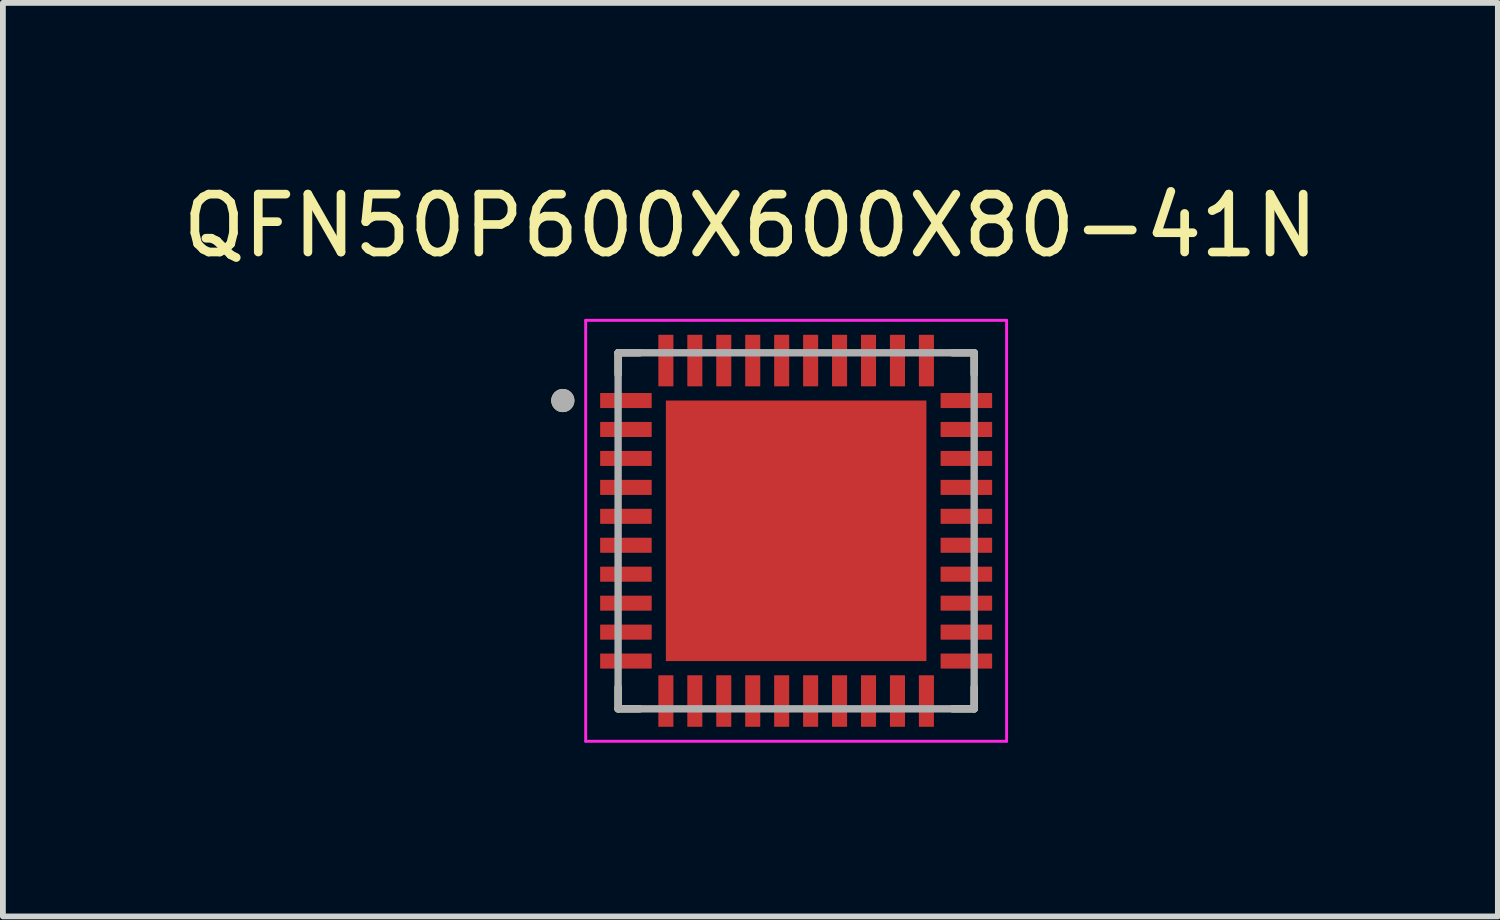
<source format=kicad_pcb>
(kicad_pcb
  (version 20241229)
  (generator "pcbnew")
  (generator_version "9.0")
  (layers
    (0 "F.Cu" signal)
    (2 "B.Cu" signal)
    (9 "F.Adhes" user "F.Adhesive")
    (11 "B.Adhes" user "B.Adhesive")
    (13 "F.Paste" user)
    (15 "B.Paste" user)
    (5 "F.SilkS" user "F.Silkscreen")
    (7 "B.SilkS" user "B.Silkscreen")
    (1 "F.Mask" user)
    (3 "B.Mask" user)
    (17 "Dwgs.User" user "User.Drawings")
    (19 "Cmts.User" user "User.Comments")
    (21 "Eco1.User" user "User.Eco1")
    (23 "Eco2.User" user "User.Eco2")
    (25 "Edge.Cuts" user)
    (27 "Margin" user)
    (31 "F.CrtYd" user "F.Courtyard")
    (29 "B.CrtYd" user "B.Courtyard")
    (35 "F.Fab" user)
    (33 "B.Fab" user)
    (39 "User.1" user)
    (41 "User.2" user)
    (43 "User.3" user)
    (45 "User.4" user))
  (footprint "QFN50P600X600X80-41N"
    (layer "F.Cu")
    (at 10.701 6.118)
    (property "Reference" "QFN50P600X600X80-41N" (at -0.79 -5.27 0) (layer "F.SilkS") (effects (font (size 1 1) (thickness 0.15))))
    (attr smd)
    (fp_line (start -3.075 -3.075) (end -3.075 -2.7) (stroke (width 0.127) (type solid)) (layer "F.SilkS"))
    (fp_line (start -3.075 -3.075) (end -2.7 -3.075) (stroke (width 0.127) (type solid)) (layer "F.SilkS"))
    (fp_line (start -3.075 3.075) (end -3.075 2.7) (stroke (width 0.127) (type solid)) (layer "F.SilkS"))
    (fp_line (start -3.075 3.075) (end -2.7 3.075) (stroke (width 0.127) (type solid)) (layer "F.SilkS"))
    (fp_line (start 3.075 -3.075) (end 2.7 -3.075) (stroke (width 0.127) (type solid)) (layer "F.SilkS"))
    (fp_line (start 3.075 -3.075) (end 3.075 -2.7) (stroke (width 0.127) (type solid)) (layer "F.SilkS"))
    (fp_line (start 3.075 3.075) (end 2.7 3.075) (stroke (width 0.127) (type solid)) (layer "F.SilkS"))
    (fp_line (start 3.075 3.075) (end 3.075 2.7) (stroke (width 0.127) (type solid)) (layer "F.SilkS"))
    (fp_circle (center -4.03 -2.25) (end -3.93 -2.25) (stroke (width 0.2) (type solid)) (fill no) (layer "F.SilkS"))
    (fp_poly (pts (xy -1.835 -1.835) (xy -0.415 -1.835) (xy -0.415 -0.415) (xy -1.835 -0.415)) (stroke (width 0.01) (type solid)) (fill yes) (layer "F.Paste"))
    (fp_poly (pts (xy -1.835 0.415) (xy -0.415 0.415) (xy -0.415 1.835) (xy -1.835 1.835)) (stroke (width 0.01) (type solid)) (fill yes) (layer "F.Paste"))
    (fp_poly (pts (xy 0.415 -1.835) (xy 1.835 -1.835) (xy 1.835 -0.415) (xy 0.415 -0.415)) (stroke (width 0.01) (type solid)) (fill yes) (layer "F.Paste"))
    (fp_poly (pts (xy 0.415 0.415) (xy 1.835 0.415) (xy 1.835 1.835) (xy 0.415 1.835)) (stroke (width 0.01) (type solid)) (fill yes) (layer "F.Paste"))
    (fp_line (start -3.635 -3.635) (end 3.635 -3.635) (stroke (width 0.05) (type solid)) (layer "F.CrtYd"))
    (fp_line (start -3.635 3.635) (end -3.635 -3.635) (stroke (width 0.05) (type solid)) (layer "F.CrtYd"))
    (fp_line (start -3.635 3.635) (end 3.635 3.635) (stroke (width 0.05) (type solid)) (layer "F.CrtYd"))
    (fp_line (start 3.635 3.635) (end 3.635 -3.635) (stroke (width 0.05) (type solid)) (layer "F.CrtYd"))
    (fp_line (start -3.075 3.075) (end -3.075 -3.075) (stroke (width 0.127) (type solid)) (layer "F.Fab"))
    (fp_line (start 3.075 -3.075) (end -3.075 -3.075) (stroke (width 0.127) (type solid)) (layer "F.Fab"))
    (fp_line (start 3.075 3.075) (end -3.075 3.075) (stroke (width 0.127) (type solid)) (layer "F.Fab"))
    (fp_line (start 3.075 3.075) (end 3.075 -3.075) (stroke (width 0.127) (type solid)) (layer "F.Fab"))
    (fp_circle (center -4.03 -2.25) (end -3.93 -2.25) (stroke (width 0.2) (type solid)) (fill no) (layer "F.Fab"))
    (pad "1" smd roundrect (at -2.94 -2.25) (size 0.89 0.26) (layers "F.Cu" "F.Mask" "F.Paste") (roundrect_rratio 0.03))
    (pad "2" smd roundrect (at -2.94 -1.75) (size 0.89 0.26) (layers "F.Cu" "F.Mask" "F.Paste") (roundrect_rratio 0.03))
    (pad "3" smd roundrect (at -2.94 -1.25) (size 0.89 0.26) (layers "F.Cu" "F.Mask" "F.Paste") (roundrect_rratio 0.03))
    (pad "4" smd roundrect (at -2.94 -0.75) (size 0.89 0.26) (layers "F.Cu" "F.Mask" "F.Paste") (roundrect_rratio 0.03))
    (pad "5" smd roundrect (at -2.94 -0.25) (size 0.89 0.26) (layers "F.Cu" "F.Mask" "F.Paste") (roundrect_rratio 0.03))
    (pad "6" smd roundrect (at -2.94 0.25) (size 0.89 0.26) (layers "F.Cu" "F.Mask" "F.Paste") (roundrect_rratio 0.03))
    (pad "7" smd roundrect (at -2.94 0.75) (size 0.89 0.26) (layers "F.Cu" "F.Mask" "F.Paste") (roundrect_rratio 0.03))
    (pad "8" smd roundrect (at -2.94 1.25) (size 0.89 0.26) (layers "F.Cu" "F.Mask" "F.Paste") (roundrect_rratio 0.03))
    (pad "9" smd roundrect (at -2.94 1.75) (size 0.89 0.26) (layers "F.Cu" "F.Mask" "F.Paste") (roundrect_rratio 0.03))
    (pad "10" smd roundrect (at -2.94 2.25) (size 0.89 0.26) (layers "F.Cu" "F.Mask" "F.Paste") (roundrect_rratio 0.03))
    (pad "11" smd roundrect (at -2.25 2.94 90) (size 0.89 0.26) (layers "F.Cu" "F.Mask" "F.Paste") (roundrect_rratio 0.03))
    (pad "12" smd roundrect (at -1.75 2.94 90) (size 0.89 0.26) (layers "F.Cu" "F.Mask" "F.Paste") (roundrect_rratio 0.03))
    (pad "13" smd roundrect (at -1.25 2.94 90) (size 0.89 0.26) (layers "F.Cu" "F.Mask" "F.Paste") (roundrect_rratio 0.03))
    (pad "14" smd roundrect (at -0.75 2.94 90) (size 0.89 0.26) (layers "F.Cu" "F.Mask" "F.Paste") (roundrect_rratio 0.03))
    (pad "15" smd roundrect (at -0.25 2.94 90) (size 0.89 0.26) (layers "F.Cu" "F.Mask" "F.Paste") (roundrect_rratio 0.03))
    (pad "16" smd roundrect (at 0.25 2.94 90) (size 0.89 0.26) (layers "F.Cu" "F.Mask" "F.Paste") (roundrect_rratio 0.03))
    (pad "17" smd roundrect (at 0.75 2.94 90) (size 0.89 0.26) (layers "F.Cu" "F.Mask" "F.Paste") (roundrect_rratio 0.03))
    (pad "18" smd roundrect (at 1.25 2.94 90) (size 0.89 0.26) (layers "F.Cu" "F.Mask" "F.Paste") (roundrect_rratio 0.03))
    (pad "19" smd roundrect (at 1.75 2.94 90) (size 0.89 0.26) (layers "F.Cu" "F.Mask" "F.Paste") (roundrect_rratio 0.03))
    (pad "20" smd roundrect (at 2.25 2.94 90) (size 0.89 0.26) (layers "F.Cu" "F.Mask" "F.Paste") (roundrect_rratio 0.03))
    (pad "21" smd roundrect (at 2.94 2.25) (size 0.89 0.26) (layers "F.Cu" "F.Mask" "F.Paste") (roundrect_rratio 0.03))
    (pad "22" smd roundrect (at 2.94 1.75) (size 0.89 0.26) (layers "F.Cu" "F.Mask" "F.Paste") (roundrect_rratio 0.03))
    (pad "23" smd roundrect (at 2.94 1.25) (size 0.89 0.26) (layers "F.Cu" "F.Mask" "F.Paste") (roundrect_rratio 0.03))
    (pad "24" smd roundrect (at 2.94 0.75) (size 0.89 0.26) (layers "F.Cu" "F.Mask" "F.Paste") (roundrect_rratio 0.03))
    (pad "25" smd roundrect (at 2.94 0.25) (size 0.89 0.26) (layers "F.Cu" "F.Mask" "F.Paste") (roundrect_rratio 0.03))
    (pad "26" smd roundrect (at 2.94 -0.25) (size 0.89 0.26) (layers "F.Cu" "F.Mask" "F.Paste") (roundrect_rratio 0.03))
    (pad "27" smd roundrect (at 2.94 -0.75) (size 0.89 0.26) (layers "F.Cu" "F.Mask" "F.Paste") (roundrect_rratio 0.03))
    (pad "28" smd roundrect (at 2.94 -1.25) (size 0.89 0.26) (layers "F.Cu" "F.Mask" "F.Paste") (roundrect_rratio 0.03))
    (pad "29" smd roundrect (at 2.94 -1.75) (size 0.89 0.26) (layers "F.Cu" "F.Mask" "F.Paste") (roundrect_rratio 0.03))
    (pad "30" smd roundrect (at 2.94 -2.25) (size 0.89 0.26) (layers "F.Cu" "F.Mask" "F.Paste") (roundrect_rratio 0.03))
    (pad "31" smd roundrect (at 2.25 -2.94 90) (size 0.89 0.26) (layers "F.Cu" "F.Mask" "F.Paste") (roundrect_rratio 0.03))
    (pad "32" smd roundrect (at 1.75 -2.94 90) (size 0.89 0.26) (layers "F.Cu" "F.Mask" "F.Paste") (roundrect_rratio 0.03))
    (pad "33" smd roundrect (at 1.25 -2.94 90) (size 0.89 0.26) (layers "F.Cu" "F.Mask" "F.Paste") (roundrect_rratio 0.03))
    (pad "34" smd roundrect (at 0.75 -2.94 90) (size 0.89 0.26) (layers "F.Cu" "F.Mask" "F.Paste") (roundrect_rratio 0.03))
    (pad "35" smd roundrect (at 0.25 -2.94 90) (size 0.89 0.26) (layers "F.Cu" "F.Mask" "F.Paste") (roundrect_rratio 0.03))
    (pad "36" smd roundrect (at -0.25 -2.94 90) (size 0.89 0.26) (layers "F.Cu" "F.Mask" "F.Paste") (roundrect_rratio 0.03))
    (pad "37" smd roundrect (at -0.75 -2.94 90) (size 0.89 0.26) (layers "F.Cu" "F.Mask" "F.Paste") (roundrect_rratio 0.03))
    (pad "38" smd roundrect (at -1.25 -2.94 90) (size 0.89 0.26) (layers "F.Cu" "F.Mask" "F.Paste") (roundrect_rratio 0.03))
    (pad "39" smd roundrect (at -1.75 -2.94 90) (size 0.89 0.26) (layers "F.Cu" "F.Mask" "F.Paste") (roundrect_rratio 0.03))
    (pad "40" smd roundrect (at -2.25 -2.94 90) (size 0.89 0.26) (layers "F.Cu" "F.Mask" "F.Paste") (roundrect_rratio 0.03))
    (pad "41" smd rect (at 0 0) (size 4.5 4.5) (layers "F.Cu" "F.Mask")))
  (gr_rect
    (start -3 -3)
    (end 22.821 12.778)
    (stroke (width 0.1) (type default))
    (fill no)
    (layer "Edge.Cuts")))
</source>
